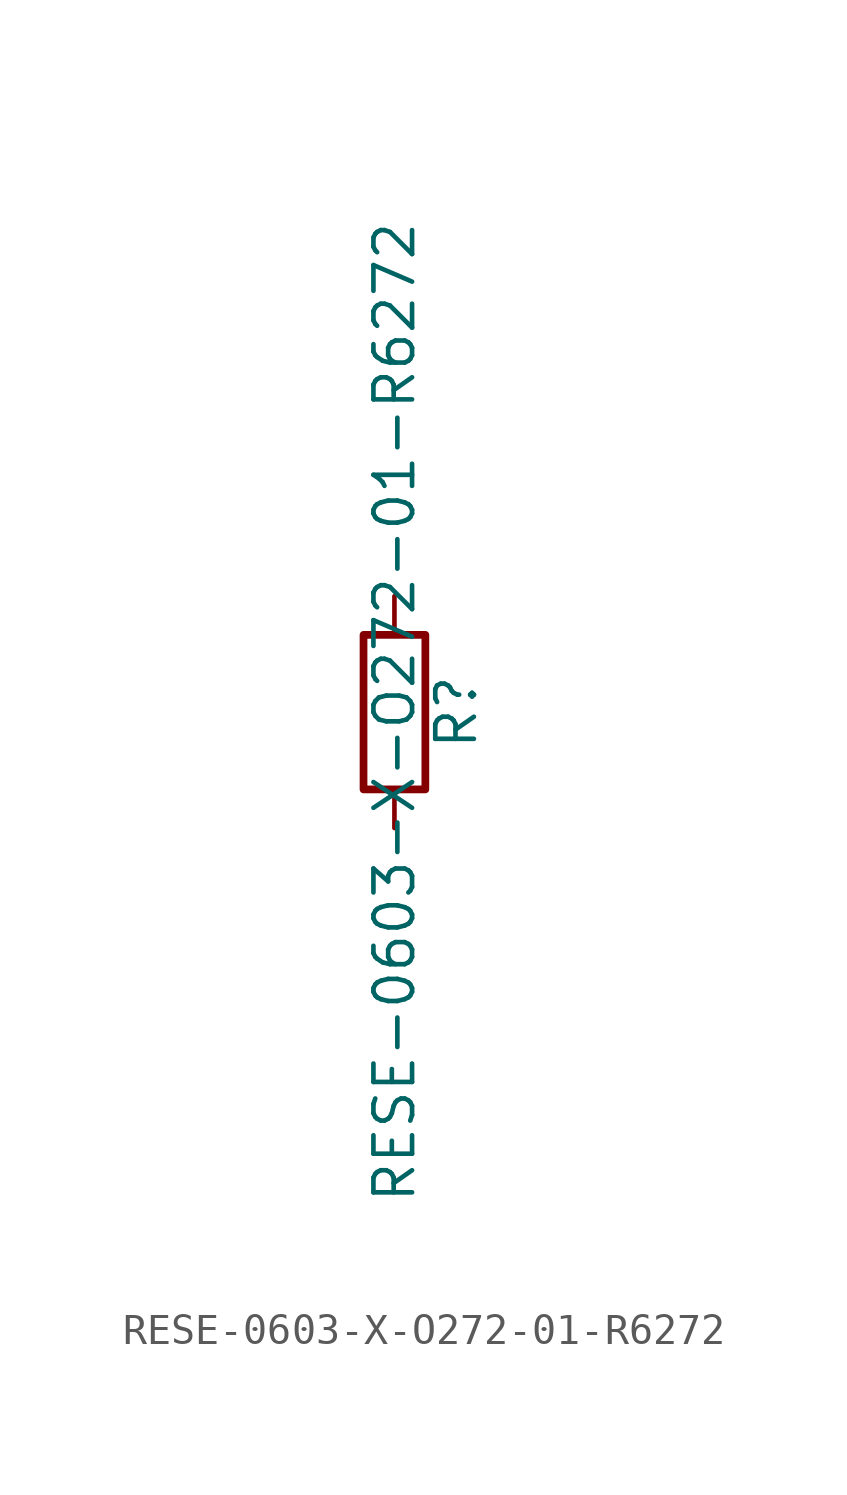
<source format=kicad_sym>
(kicad_symbol_lib
  (version 20211014)
  (generator kicad_symbol_editor)
  (symbol "RESE-0603-X-O272-01-R6272"
    (pin_numbers hide)
    (pin_names
      (offset 0))
    (property "Reference" "R"
      (at 2.032 0 90)
      (effects (font (size 1.27 1.27))))
    (property "Value" "RESE-0603-X-O272-01-R6272"
      (at 0 0 90)
      (effects (font (size 1.27 1.27))))
    (symbol "RESE-0603-X-O272-01-R6272_0_1"
      (rectangle (start -1.016 -2.54) (end 1.016 2.54) (stroke (width 0.254) (type default) (color 0 0 0 0)) (fill (type none))))
    (symbol "RESE-0603-X-O272-01-R6272_1_1"
      (pin passive line (at 0 3.81 270) (length 1.27) (name "~" (effects (font (size 1.27 1.27)))) (number "1" (effects (font (size 1.27 1.27)))))
      (pin passive line (at 0 -3.81 90) (length 1.27) (name "~" (effects (font (size 1.27 1.27)))) (number "2" (effects (font (size 1.27 1.27))))))))
</source>
